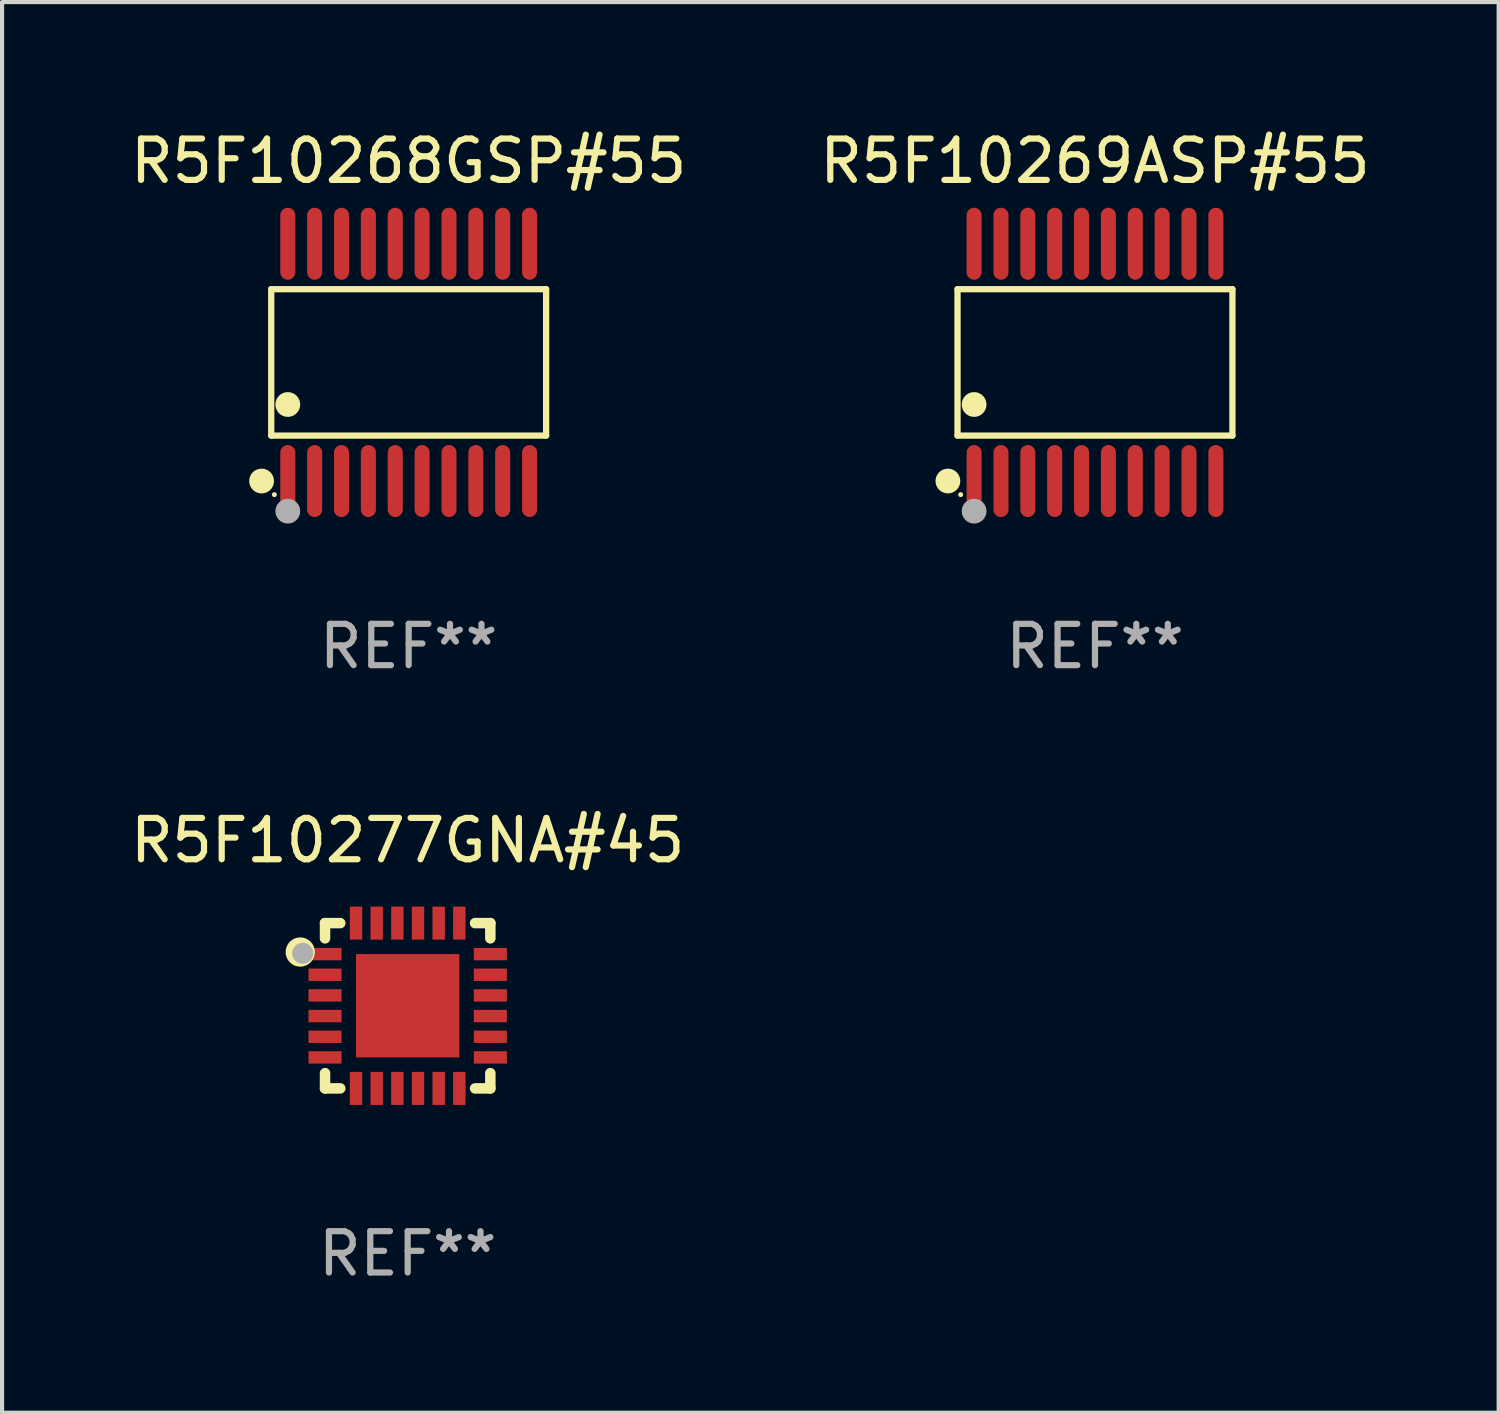
<source format=kicad_pcb>
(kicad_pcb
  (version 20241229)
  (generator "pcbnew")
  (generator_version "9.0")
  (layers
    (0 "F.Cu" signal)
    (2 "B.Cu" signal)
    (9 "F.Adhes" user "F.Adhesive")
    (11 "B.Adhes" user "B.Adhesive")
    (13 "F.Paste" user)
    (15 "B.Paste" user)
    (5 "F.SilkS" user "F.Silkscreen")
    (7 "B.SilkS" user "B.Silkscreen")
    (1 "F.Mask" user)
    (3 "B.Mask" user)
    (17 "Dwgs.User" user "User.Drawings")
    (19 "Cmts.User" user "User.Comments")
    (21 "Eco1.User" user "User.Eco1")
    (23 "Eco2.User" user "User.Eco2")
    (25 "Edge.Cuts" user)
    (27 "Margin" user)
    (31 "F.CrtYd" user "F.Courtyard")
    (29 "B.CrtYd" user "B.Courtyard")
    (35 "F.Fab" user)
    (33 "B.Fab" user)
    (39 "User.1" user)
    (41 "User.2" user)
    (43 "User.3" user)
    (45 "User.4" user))
  (footprint "R5F10269ASP#55"
    (layer "F.Cu")
    (at 23.446 5.719)
    (property "Reference" "R5F10269ASP#55" (at 0 -4.871 0) (layer "F.SilkS") (effects (font (size 1 1) (thickness 0.15))))
    (attr through_hole)
    (fp_line (start -3.326 -1.771) (end 3.326 -1.771) (stroke (width 0.152) (type solid)) (layer "F.SilkS"))
    (fp_line (start -3.326 1.771) (end -3.326 -1.771) (stroke (width 0.152) (type solid)) (layer "F.SilkS"))
    (fp_line (start 3.326 -1.771) (end 3.326 1.771) (stroke (width 0.152) (type solid)) (layer "F.SilkS"))
    (fp_line (start 3.326 1.771) (end -3.326 1.771) (stroke (width 0.152) (type solid)) (layer "F.SilkS"))
    (fp_circle (center -3.559 2.871) (end -3.409 2.871) (stroke (width 0.3) (type solid)) (fill no) (layer "F.SilkS"))
    (fp_circle (center -3.25 3.2) (end -3.22 3.2) (stroke (width 0.06) (type solid)) (fill no) (layer "F.SilkS"))
    (fp_circle (center -2.925 1.019) (end -2.775 1.019) (stroke (width 0.3) (type solid)) (fill no) (layer "F.SilkS"))
    (fp_circle (center -2.925 3.6) (end -2.775 3.6) (stroke (width 0.3) (type solid)) (fill no) (layer "F.Fab"))
    (fp_text user "REF**" (at 0 6.871 0) (layer "F.Fab") (effects (font (size 1 1) (thickness 0.15))))
    (pad "1" smd oval (at -2.925 2.871) (size 0.364 1.742) (layers "F.Cu" "F.Mask" "F.Paste"))
    (pad "2" smd oval (at -2.275 2.871) (size 0.364 1.742) (layers "F.Cu" "F.Mask" "F.Paste"))
    (pad "3" smd oval (at -1.625 2.871) (size 0.364 1.742) (layers "F.Cu" "F.Mask" "F.Paste"))
    (pad "4" smd oval (at -0.975 2.871) (size 0.364 1.742) (layers "F.Cu" "F.Mask" "F.Paste"))
    (pad "5" smd oval (at -0.325 2.871) (size 0.364 1.742) (layers "F.Cu" "F.Mask" "F.Paste"))
    (pad "6" smd oval (at 0.325 2.871) (size 0.364 1.742) (layers "F.Cu" "F.Mask" "F.Paste"))
    (pad "7" smd oval (at 0.975 2.871) (size 0.364 1.742) (layers "F.Cu" "F.Mask" "F.Paste"))
    (pad "8" smd oval (at 1.625 2.871) (size 0.364 1.742) (layers "F.Cu" "F.Mask" "F.Paste"))
    (pad "9" smd oval (at 2.275 2.871) (size 0.364 1.742) (layers "F.Cu" "F.Mask" "F.Paste"))
    (pad "10" smd oval (at 2.925 2.871) (size 0.364 1.742) (layers "F.Cu" "F.Mask" "F.Paste"))
    (pad "11" smd oval (at 2.925 -2.871) (size 0.364 1.742) (layers "F.Cu" "F.Mask" "F.Paste"))
    (pad "12" smd oval (at 2.275 -2.871) (size 0.364 1.742) (layers "F.Cu" "F.Mask" "F.Paste"))
    (pad "13" smd oval (at 1.625 -2.871) (size 0.364 1.742) (layers "F.Cu" "F.Mask" "F.Paste"))
    (pad "14" smd oval (at 0.975 -2.871) (size 0.364 1.742) (layers "F.Cu" "F.Mask" "F.Paste"))
    (pad "15" smd oval (at 0.325 -2.871) (size 0.364 1.742) (layers "F.Cu" "F.Mask" "F.Paste"))
    (pad "16" smd oval (at -0.325 -2.871) (size 0.364 1.742) (layers "F.Cu" "F.Mask" "F.Paste"))
    (pad "17" smd oval (at -0.975 -2.871) (size 0.364 1.742) (layers "F.Cu" "F.Mask" "F.Paste"))
    (pad "18" smd oval (at -1.625 -2.871) (size 0.364 1.742) (layers "F.Cu" "F.Mask" "F.Paste"))
    (pad "19" smd oval (at -2.275 -2.871) (size 0.364 1.742) (layers "F.Cu" "F.Mask" "F.Paste"))
    (pad "20" smd oval (at -2.925 -2.871) (size 0.364 1.742) (layers "F.Cu" "F.Mask" "F.Paste")))
  (footprint "R5F10277GNA#45"
    (layer "F.Cu")
    (at 6.815 21.287)
    (property "Reference" "R5F10277GNA#45" (at 0 -4 0) (layer "F.SilkS") (effects (font (size 1 1) (thickness 0.15))))
    (attr through_hole)
    (fp_line (start -2 -2) (end -1.631 -2) (stroke (width 0.254) (type solid)) (layer "F.SilkS"))
    (fp_line (start -2 -1.631) (end -2 -2) (stroke (width 0.254) (type solid)) (layer "F.SilkS"))
    (fp_line (start -2 2) (end -2 1.631) (stroke (width 0.254) (type solid)) (layer "F.SilkS"))
    (fp_line (start -1.631 2) (end -2 2) (stroke (width 0.254) (type solid)) (layer "F.SilkS"))
    (fp_line (start 1.631 -2) (end 2 -2) (stroke (width 0.254) (type solid)) (layer "F.SilkS"))
    (fp_line (start 2 -2) (end 2 -1.631) (stroke (width 0.254) (type solid)) (layer "F.SilkS"))
    (fp_line (start 2 1.631) (end 2 2) (stroke (width 0.254) (type solid)) (layer "F.SilkS"))
    (fp_line (start 2 2) (end 1.631 2) (stroke (width 0.254) (type solid)) (layer "F.SilkS"))
    (fp_circle (center -2.6 -1.3) (end -2.5 -1.3) (stroke (width 0.254) (type solid)) (fill no) (layer "F.SilkS"))
    (fp_circle (center -1.95 -1.95) (end -1.9 -1.95) (stroke (width 0.1) (type solid)) (fill no) (layer "F.SilkS"))
    (fp_circle (center -2.54 -1.27) (end -2.413 -1.27) (stroke (width 0.254) (type solid)) (fill no) (layer "F.Fab"))
    (fp_text user "REF**" (at 0 6 0) (layer "F.Fab") (effects (font (size 1 1) (thickness 0.15))))
    (pad "1" smd rect (at -2 -1.25) (size 0.8 0.3) (layers "F.Cu" "F.Mask" "F.Paste"))
    (pad "2" smd rect (at -2 -0.75) (size 0.8 0.3) (layers "F.Cu" "F.Mask" "F.Paste"))
    (pad "3" smd rect (at -2 -0.25) (size 0.8 0.3) (layers "F.Cu" "F.Mask" "F.Paste"))
    (pad "4" smd rect (at -2 0.25) (size 0.8 0.3) (layers "F.Cu" "F.Mask" "F.Paste"))
    (pad "5" smd rect (at -2 0.75) (size 0.8 0.3) (layers "F.Cu" "F.Mask" "F.Paste"))
    (pad "6" smd rect (at -2 1.25) (size 0.8 0.3) (layers "F.Cu" "F.Mask" "F.Paste"))
    (pad "7" smd rect (at -1.25 2) (size 0.3 0.8) (layers "F.Cu" "F.Mask" "F.Paste"))
    (pad "8" smd rect (at -0.75 2) (size 0.3 0.8) (layers "F.Cu" "F.Mask" "F.Paste"))
    (pad "9" smd rect (at -0.25 2) (size 0.3 0.8) (layers "F.Cu" "F.Mask" "F.Paste"))
    (pad "10" smd rect (at 0.25 2) (size 0.3 0.8) (layers "F.Cu" "F.Mask" "F.Paste"))
    (pad "11" smd rect (at 0.75 2) (size 0.3 0.8) (layers "F.Cu" "F.Mask" "F.Paste"))
    (pad "12" smd rect (at 1.25 2) (size 0.3 0.8) (layers "F.Cu" "F.Mask" "F.Paste"))
    (pad "13" smd rect (at 2 1.25) (size 0.8 0.3) (layers "F.Cu" "F.Mask" "F.Paste"))
    (pad "14" smd rect (at 2 0.75) (size 0.8 0.3) (layers "F.Cu" "F.Mask" "F.Paste"))
    (pad "15" smd rect (at 2 0.25) (size 0.8 0.3) (layers "F.Cu" "F.Mask" "F.Paste"))
    (pad "16" smd rect (at 2 -0.25) (size 0.8 0.3) (layers "F.Cu" "F.Mask" "F.Paste"))
    (pad "17" smd rect (at 2 -0.75) (size 0.8 0.3) (layers "F.Cu" "F.Mask" "F.Paste"))
    (pad "18" smd rect (at 2 -1.25) (size 0.8 0.3) (layers "F.Cu" "F.Mask" "F.Paste"))
    (pad "19" smd rect (at 1.25 -2) (size 0.3 0.8) (layers "F.Cu" "F.Mask" "F.Paste"))
    (pad "20" smd rect (at 0.75 -2) (size 0.3 0.8) (layers "F.Cu" "F.Mask" "F.Paste"))
    (pad "21" smd rect (at 0.25 -2) (size 0.3 0.8) (layers "F.Cu" "F.Mask" "F.Paste"))
    (pad "22" smd rect (at -0.25 -2) (size 0.3 0.8) (layers "F.Cu" "F.Mask" "F.Paste"))
    (pad "23" smd rect (at -0.75 -2) (size 0.3 0.8) (layers "F.Cu" "F.Mask" "F.Paste"))
    (pad "24" smd rect (at -1.25 -2) (size 0.3 0.8) (layers "F.Cu" "F.Mask" "F.Paste"))
    (pad "25" smd rect (at 0 0) (size 2.5 2.5) (layers "F.Cu" "F.Mask" "F.Paste")))
  (footprint "R5F10268GSP#55"
    (layer "F.Cu")
    (at 6.839 5.719)
    (property "Reference" "R5F10268GSP#55" (at 0 -4.871 0) (layer "F.SilkS") (effects (font (size 1 1) (thickness 0.15))))
    (attr through_hole)
    (fp_line (start -3.326 -1.771) (end 3.326 -1.771) (stroke (width 0.152) (type solid)) (layer "F.SilkS"))
    (fp_line (start -3.326 1.771) (end -3.326 -1.771) (stroke (width 0.152) (type solid)) (layer "F.SilkS"))
    (fp_line (start 3.326 -1.771) (end 3.326 1.771) (stroke (width 0.152) (type solid)) (layer "F.SilkS"))
    (fp_line (start 3.326 1.771) (end -3.326 1.771) (stroke (width 0.152) (type solid)) (layer "F.SilkS"))
    (fp_circle (center -3.559 2.871) (end -3.409 2.871) (stroke (width 0.3) (type solid)) (fill no) (layer "F.SilkS"))
    (fp_circle (center -3.25 3.2) (end -3.22 3.2) (stroke (width 0.06) (type solid)) (fill no) (layer "F.SilkS"))
    (fp_circle (center -2.925 1.019) (end -2.775 1.019) (stroke (width 0.3) (type solid)) (fill no) (layer "F.SilkS"))
    (fp_circle (center -2.925 3.6) (end -2.775 3.6) (stroke (width 0.3) (type solid)) (fill no) (layer "F.Fab"))
    (fp_text user "REF**" (at 0 6.871 0) (layer "F.Fab") (effects (font (size 1 1) (thickness 0.15))))
    (pad "1" smd oval (at -2.925 2.871) (size 0.364 1.742) (layers "F.Cu" "F.Mask" "F.Paste"))
    (pad "2" smd oval (at -2.275 2.871) (size 0.364 1.742) (layers "F.Cu" "F.Mask" "F.Paste"))
    (pad "3" smd oval (at -1.625 2.871) (size 0.364 1.742) (layers "F.Cu" "F.Mask" "F.Paste"))
    (pad "4" smd oval (at -0.975 2.871) (size 0.364 1.742) (layers "F.Cu" "F.Mask" "F.Paste"))
    (pad "5" smd oval (at -0.325 2.871) (size 0.364 1.742) (layers "F.Cu" "F.Mask" "F.Paste"))
    (pad "6" smd oval (at 0.325 2.871) (size 0.364 1.742) (layers "F.Cu" "F.Mask" "F.Paste"))
    (pad "7" smd oval (at 0.975 2.871) (size 0.364 1.742) (layers "F.Cu" "F.Mask" "F.Paste"))
    (pad "8" smd oval (at 1.625 2.871) (size 0.364 1.742) (layers "F.Cu" "F.Mask" "F.Paste"))
    (pad "9" smd oval (at 2.275 2.871) (size 0.364 1.742) (layers "F.Cu" "F.Mask" "F.Paste"))
    (pad "10" smd oval (at 2.925 2.871) (size 0.364 1.742) (layers "F.Cu" "F.Mask" "F.Paste"))
    (pad "11" smd oval (at 2.925 -2.871) (size 0.364 1.742) (layers "F.Cu" "F.Mask" "F.Paste"))
    (pad "12" smd oval (at 2.275 -2.871) (size 0.364 1.742) (layers "F.Cu" "F.Mask" "F.Paste"))
    (pad "13" smd oval (at 1.625 -2.871) (size 0.364 1.742) (layers "F.Cu" "F.Mask" "F.Paste"))
    (pad "14" smd oval (at 0.975 -2.871) (size 0.364 1.742) (layers "F.Cu" "F.Mask" "F.Paste"))
    (pad "15" smd oval (at 0.325 -2.871) (size 0.364 1.742) (layers "F.Cu" "F.Mask" "F.Paste"))
    (pad "16" smd oval (at -0.325 -2.871) (size 0.364 1.742) (layers "F.Cu" "F.Mask" "F.Paste"))
    (pad "17" smd oval (at -0.975 -2.871) (size 0.364 1.742) (layers "F.Cu" "F.Mask" "F.Paste"))
    (pad "18" smd oval (at -1.625 -2.871) (size 0.364 1.742) (layers "F.Cu" "F.Mask" "F.Paste"))
    (pad "19" smd oval (at -2.275 -2.871) (size 0.364 1.742) (layers "F.Cu" "F.Mask" "F.Paste"))
    (pad "20" smd oval (at -2.925 -2.871) (size 0.364 1.742) (layers "F.Cu" "F.Mask" "F.Paste")))
  (gr_rect
    (start -3 -3)
    (end 33.214 31.135)
    (stroke (width 0.1) (type default))
    (fill no)
    (layer "Edge.Cuts")))
</source>
